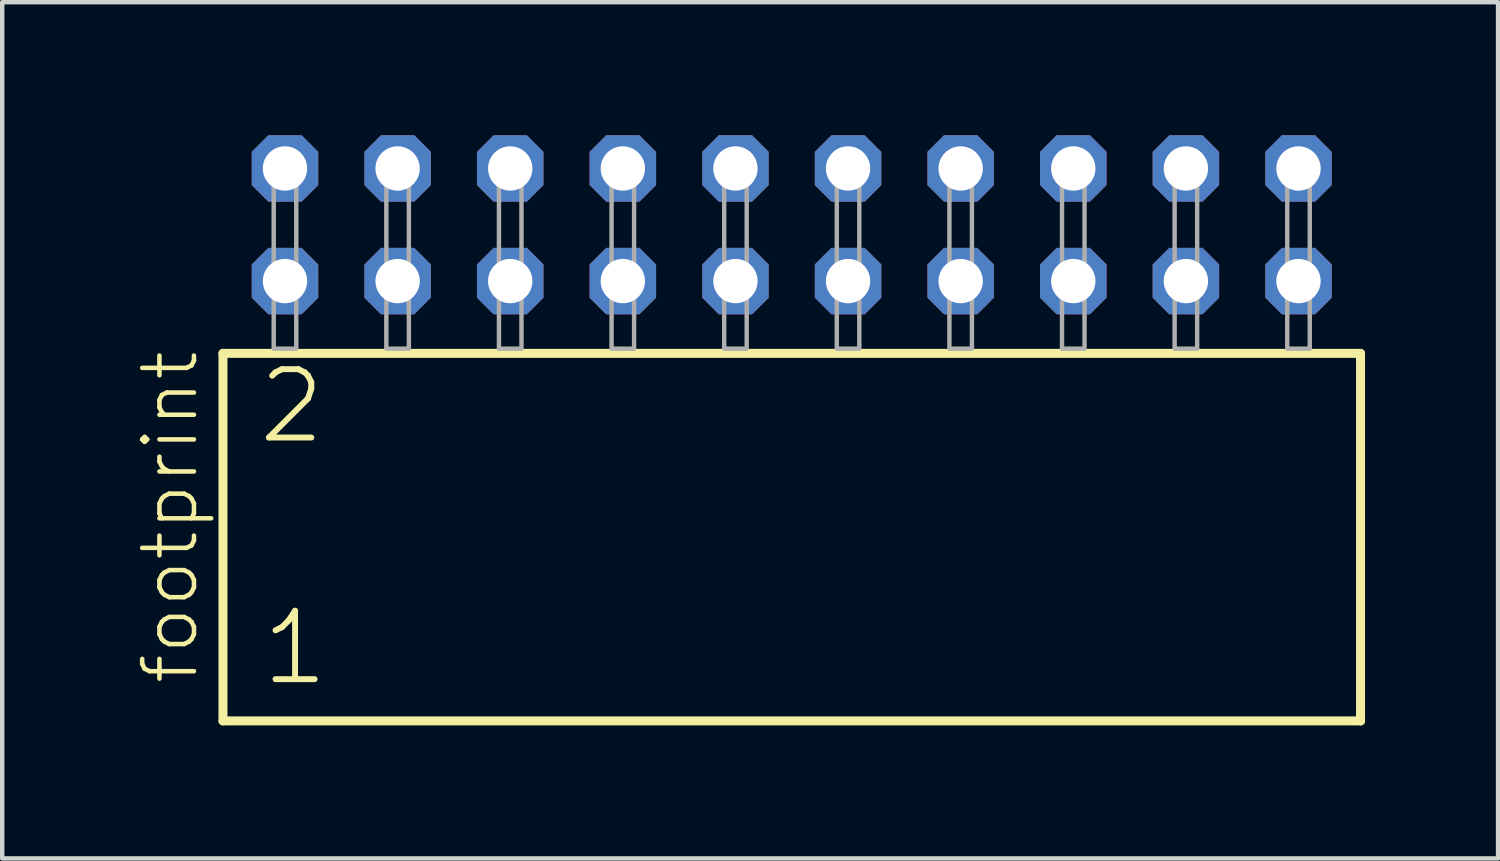
<source format=kicad_pcb>
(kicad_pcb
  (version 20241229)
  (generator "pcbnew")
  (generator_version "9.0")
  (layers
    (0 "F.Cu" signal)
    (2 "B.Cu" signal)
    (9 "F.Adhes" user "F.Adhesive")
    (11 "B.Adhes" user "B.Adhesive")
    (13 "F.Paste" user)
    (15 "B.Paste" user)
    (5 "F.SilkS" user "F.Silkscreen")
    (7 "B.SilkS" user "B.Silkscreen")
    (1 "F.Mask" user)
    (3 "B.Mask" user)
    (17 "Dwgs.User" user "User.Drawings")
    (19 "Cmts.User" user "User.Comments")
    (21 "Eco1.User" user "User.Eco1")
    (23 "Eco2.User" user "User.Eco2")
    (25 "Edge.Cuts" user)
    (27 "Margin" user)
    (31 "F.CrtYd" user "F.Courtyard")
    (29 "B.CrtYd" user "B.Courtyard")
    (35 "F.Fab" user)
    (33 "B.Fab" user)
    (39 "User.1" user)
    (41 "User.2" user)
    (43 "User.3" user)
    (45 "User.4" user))
  (footprint "footprint"
    (layer "F.Cu")
    (at 14.808 4.814)
    (property "Reference" "footprint" (at -13.335 7.62 90) (layer "F.SilkS") (effects (font (size 1.168 1.168) (thickness 0.102)) (justify left bottom)))
    (fp_line (start -12.829 0.106) (end -12.829 8.396) (stroke (width 0.203) (type solid)) (layer "F.SilkS"))
    (fp_line (start -12.829 8.396) (end 12.829 8.396) (stroke (width 0.203) (type solid)) (layer "F.SilkS"))
    (fp_line (start 12.829 0.106) (end -12.829 0.106) (stroke (width 0.203) (type solid)) (layer "F.SilkS"))
    (fp_line (start 12.829 8.396) (end 12.829 0.106) (stroke (width 0.203) (type solid)) (layer "F.SilkS"))
    (fp_poly (pts (xy -11.684 0) (xy -11.176 0) (xy -11.176 -4.318) (xy -11.684 -4.318)) (stroke (width 0.1) (type solid)) (fill no) (layer "F.Fab"))
    (fp_poly (pts (xy -9.144 0) (xy -8.636 0) (xy -8.636 -4.318) (xy -9.144 -4.318)) (stroke (width 0.1) (type solid)) (fill no) (layer "F.Fab"))
    (fp_poly (pts (xy -6.604 0) (xy -6.096 0) (xy -6.096 -4.318) (xy -6.604 -4.318)) (stroke (width 0.1) (type solid)) (fill no) (layer "F.Fab"))
    (fp_poly (pts (xy -4.064 0) (xy -3.556 0) (xy -3.556 -4.318) (xy -4.064 -4.318)) (stroke (width 0.1) (type solid)) (fill no) (layer "F.Fab"))
    (fp_poly (pts (xy -1.524 0) (xy -1.016 0) (xy -1.016 -4.318) (xy -1.524 -4.318)) (stroke (width 0.1) (type solid)) (fill no) (layer "F.Fab"))
    (fp_poly (pts (xy 1.016 0) (xy 1.524 0) (xy 1.524 -4.318) (xy 1.016 -4.318)) (stroke (width 0.1) (type solid)) (fill no) (layer "F.Fab"))
    (fp_poly (pts (xy 3.556 0) (xy 4.064 0) (xy 4.064 -4.318) (xy 3.556 -4.318)) (stroke (width 0.1) (type solid)) (fill no) (layer "F.Fab"))
    (fp_poly (pts (xy 6.096 0) (xy 6.604 0) (xy 6.604 -4.318) (xy 6.096 -4.318)) (stroke (width 0.1) (type solid)) (fill no) (layer "F.Fab"))
    (fp_poly (pts (xy 8.636 0) (xy 9.144 0) (xy 9.144 -4.318) (xy 8.636 -4.318)) (stroke (width 0.1) (type solid)) (fill no) (layer "F.Fab"))
    (fp_poly (pts (xy 11.176 0) (xy 11.684 0) (xy 11.684 -4.318) (xy 11.176 -4.318)) (stroke (width 0.1) (type solid)) (fill no) (layer "F.Fab"))
    (fp_text user "1" (at -12.025 7.65 0) (layer "F.SilkS") (effects (font (size 1.542 1.542) (thickness 0.134)) (justify left bottom)))
    (fp_text user "2" (at -12.1 2.2 0) (layer "F.SilkS") (effects (font (size 1.542 1.542) (thickness 0.134)) (justify left bottom)))
    (pad "1" thru_hole roundrect (at -11.43 -1.524) (size 1.5 1.5) (drill 1) (layers "*.Cu" "*.Mask") (roundrect_rratio 0.25) (chamfer_ratio 0.25) (chamfer top_left top_right bottom_left bottom_right))
    (pad "2" thru_hole roundrect (at -11.43 -4.064) (size 1.5 1.5) (drill 1) (layers "*.Cu" "*.Mask") (roundrect_rratio 0.25) (chamfer_ratio 0.25) (chamfer top_left top_right bottom_left bottom_right))
    (pad "3" thru_hole roundrect (at -8.89 -1.524) (size 1.5 1.5) (drill 1) (layers "*.Cu" "*.Mask") (roundrect_rratio 0.25) (chamfer_ratio 0.25) (chamfer top_left top_right bottom_left bottom_right))
    (pad "4" thru_hole roundrect (at -8.89 -4.064) (size 1.5 1.5) (drill 1) (layers "*.Cu" "*.Mask") (roundrect_rratio 0.25) (chamfer_ratio 0.25) (chamfer top_left top_right bottom_left bottom_right))
    (pad "5" thru_hole roundrect (at -6.35 -1.524) (size 1.5 1.5) (drill 1) (layers "*.Cu" "*.Mask") (roundrect_rratio 0.25) (chamfer_ratio 0.25) (chamfer top_left top_right bottom_left bottom_right))
    (pad "6" thru_hole roundrect (at -6.35 -4.064) (size 1.5 1.5) (drill 1) (layers "*.Cu" "*.Mask") (roundrect_rratio 0.25) (chamfer_ratio 0.25) (chamfer top_left top_right bottom_left bottom_right))
    (pad "7" thru_hole roundrect (at -3.81 -1.524) (size 1.5 1.5) (drill 1) (layers "*.Cu" "*.Mask") (roundrect_rratio 0.25) (chamfer_ratio 0.25) (chamfer top_left top_right bottom_left bottom_right))
    (pad "8" thru_hole roundrect (at -3.81 -4.064) (size 1.5 1.5) (drill 1) (layers "*.Cu" "*.Mask") (roundrect_rratio 0.25) (chamfer_ratio 0.25) (chamfer top_left top_right bottom_left bottom_right))
    (pad "9" thru_hole roundrect (at -1.27 -1.524) (size 1.5 1.5) (drill 1) (layers "*.Cu" "*.Mask") (roundrect_rratio 0.25) (chamfer_ratio 0.25) (chamfer top_left top_right bottom_left bottom_right))
    (pad "10" thru_hole roundrect (at -1.27 -4.064) (size 1.5 1.5) (drill 1) (layers "*.Cu" "*.Mask") (roundrect_rratio 0.25) (chamfer_ratio 0.25) (chamfer top_left top_right bottom_left bottom_right))
    (pad "11" thru_hole roundrect (at 1.27 -1.524) (size 1.5 1.5) (drill 1) (layers "*.Cu" "*.Mask") (roundrect_rratio 0.25) (chamfer_ratio 0.25) (chamfer top_left top_right bottom_left bottom_right))
    (pad "12" thru_hole roundrect (at 1.27 -4.064) (size 1.5 1.5) (drill 1) (layers "*.Cu" "*.Mask") (roundrect_rratio 0.25) (chamfer_ratio 0.25) (chamfer top_left top_right bottom_left bottom_right))
    (pad "13" thru_hole roundrect (at 3.81 -1.524) (size 1.5 1.5) (drill 1) (layers "*.Cu" "*.Mask") (roundrect_rratio 0.25) (chamfer_ratio 0.25) (chamfer top_left top_right bottom_left bottom_right))
    (pad "14" thru_hole roundrect (at 3.81 -4.064) (size 1.5 1.5) (drill 1) (layers "*.Cu" "*.Mask") (roundrect_rratio 0.25) (chamfer_ratio 0.25) (chamfer top_left top_right bottom_left bottom_right))
    (pad "15" thru_hole roundrect (at 6.35 -1.524) (size 1.5 1.5) (drill 1) (layers "*.Cu" "*.Mask") (roundrect_rratio 0.25) (chamfer_ratio 0.25) (chamfer top_left top_right bottom_left bottom_right))
    (pad "16" thru_hole roundrect (at 6.35 -4.064) (size 1.5 1.5) (drill 1) (layers "*.Cu" "*.Mask") (roundrect_rratio 0.25) (chamfer_ratio 0.25) (chamfer top_left top_right bottom_left bottom_right))
    (pad "17" thru_hole roundrect (at 8.89 -1.524) (size 1.5 1.5) (drill 1) (layers "*.Cu" "*.Mask") (roundrect_rratio 0.25) (chamfer_ratio 0.25) (chamfer top_left top_right bottom_left bottom_right))
    (pad "18" thru_hole roundrect (at 8.89 -4.064) (size 1.5 1.5) (drill 1) (layers "*.Cu" "*.Mask") (roundrect_rratio 0.25) (chamfer_ratio 0.25) (chamfer top_left top_right bottom_left bottom_right))
    (pad "19" thru_hole roundrect (at 11.43 -1.524) (size 1.5 1.5) (drill 1) (layers "*.Cu" "*.Mask") (roundrect_rratio 0.25) (chamfer_ratio 0.25) (chamfer top_left top_right bottom_left bottom_right))
    (pad "20" thru_hole roundrect (at 11.43 -4.064) (size 1.5 1.5) (drill 1) (layers "*.Cu" "*.Mask") (roundrect_rratio 0.25) (chamfer_ratio 0.25) (chamfer top_left top_right bottom_left bottom_right)))
  (gr_rect
    (start -3 -3)
    (end 30.739 16.312)
    (stroke (width 0.1) (type default))
    (fill no)
    (layer "Edge.Cuts")))
</source>
